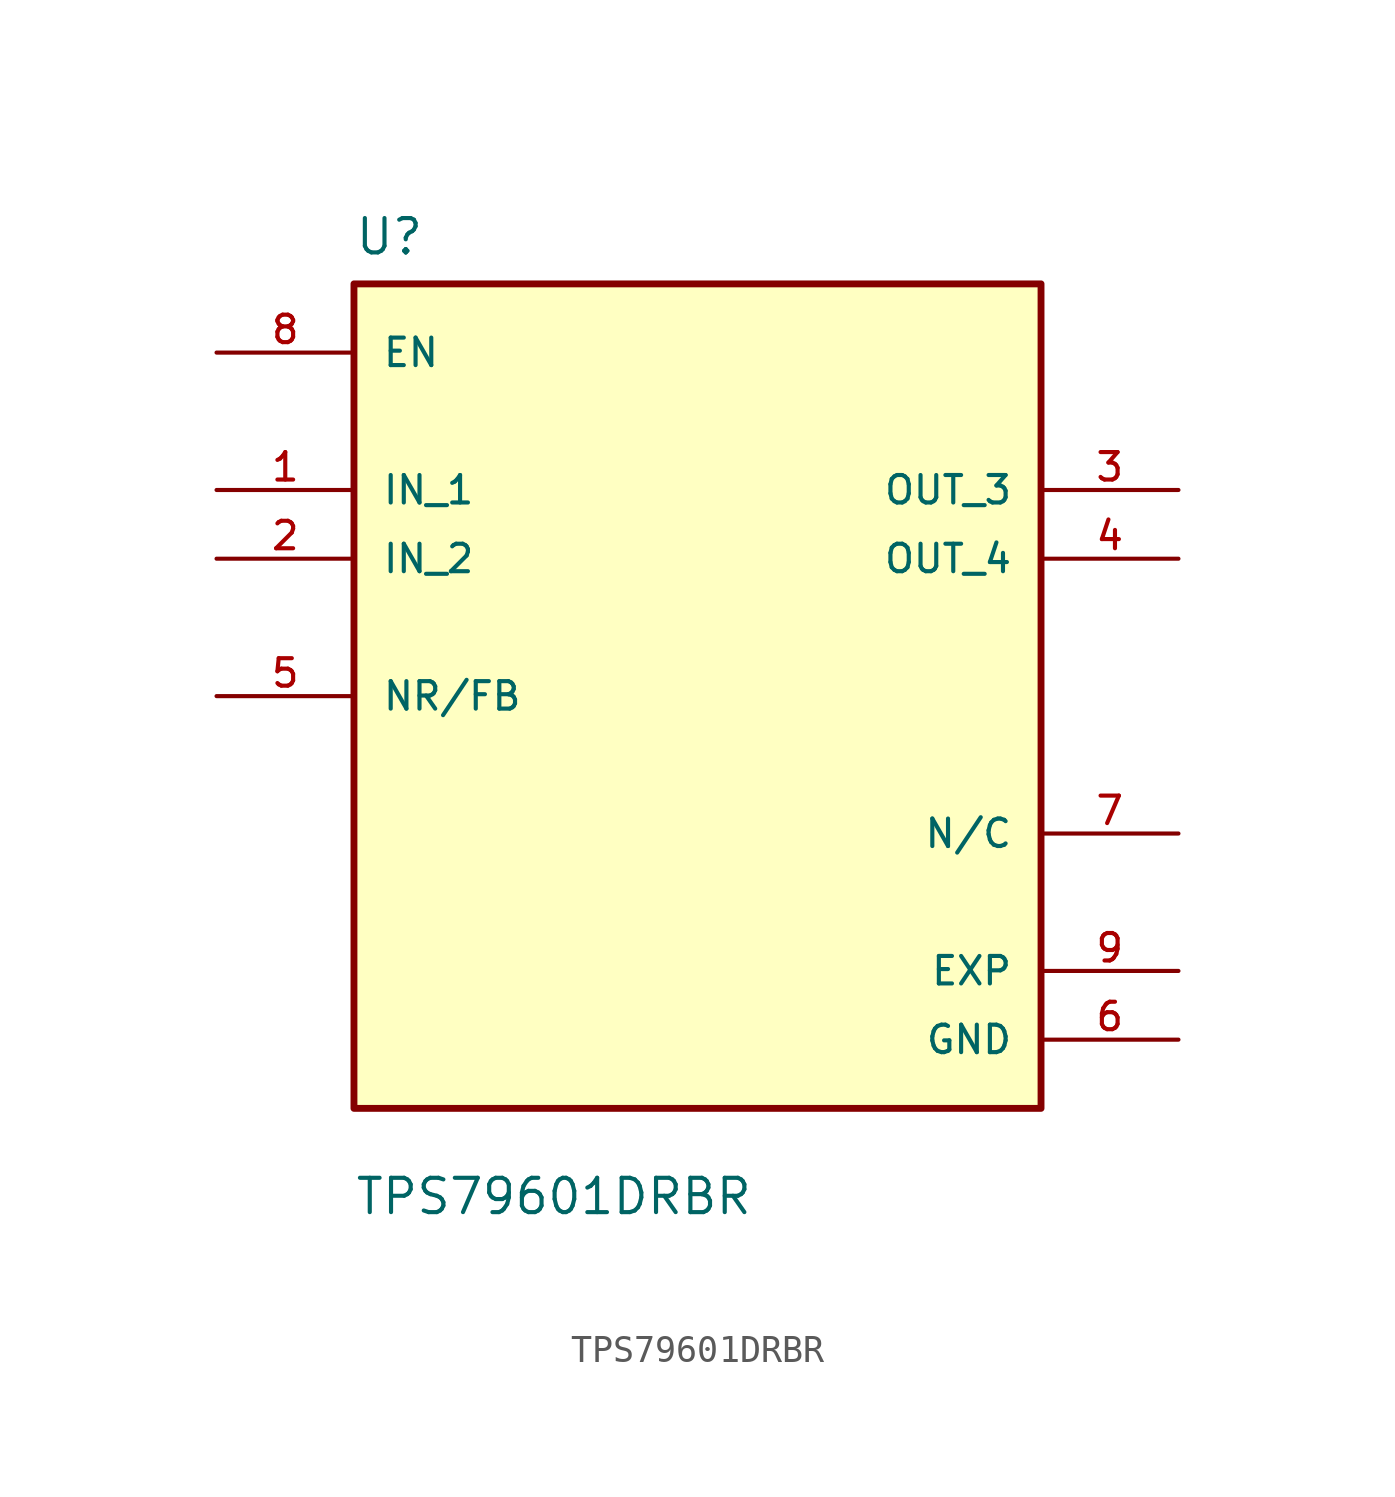
<source format=kicad_sym>
(kicad_symbol_lib
  (version 20211014)
  (generator kicad_symbol_editor)
  (symbol "TPS79601DRBR"
    (pin_names
      (offset 1.016))
    (property "Reference" "U"
      (at -12.7 16.24 0.0)
      (effects (font (size 1.27 1.27)) (justify bottom left)))
    (property "Value" "TPS79601DRBR"
      (at -12.7 -19.24 0.0)
      (effects (font (size 1.27 1.27)) (justify bottom left)))
    (symbol "TPS79601DRBR_0_0"
      (rectangle (start -12.7 -15.24) (end 12.7 15.24) (stroke (width 0.254)) (fill (type background)))
      (pin input line (at -17.78 7.62 0) (length 5.08) (name "IN_1" (effects (font (size 1.016 1.016)))) (number "1" (effects (font (size 1.016 1.016)))))
      (pin input line (at -17.78 5.08 0) (length 5.08) (name "IN_2" (effects (font (size 1.016 1.016)))) (number "2" (effects (font (size 1.016 1.016)))))
      (pin input line (at -17.78 0.0 0) (length 5.08) (name "NR/FB" (effects (font (size 1.016 1.016)))) (number "5" (effects (font (size 1.016 1.016)))))
      (pin output line (at 17.78 7.62 180.0) (length 5.08) (name "OUT_3" (effects (font (size 1.016 1.016)))) (number "3" (effects (font (size 1.016 1.016)))))
      (pin power_in line (at 17.78 -12.7 180.0) (length 5.08) (name "GND" (effects (font (size 1.016 1.016)))) (number "6" (effects (font (size 1.016 1.016)))))
      (pin power_in line (at 17.78 -10.16 180.0) (length 5.08) (name "EXP" (effects (font (size 1.016 1.016)))) (number "9" (effects (font (size 1.016 1.016)))))
      (pin output line (at 17.78 5.08 180.0) (length 5.08) (name "OUT_4" (effects (font (size 1.016 1.016)))) (number "4" (effects (font (size 1.016 1.016)))))
      (pin input line (at -17.78 12.7 0) (length 5.08) (name "EN" (effects (font (size 1.016 1.016)))) (number "8" (effects (font (size 1.016 1.016)))))
      (pin passive line (at 17.78 -5.08 180.0) (length 5.08) (name "N/C" (effects (font (size 1.016 1.016)))) (number "7" (effects (font (size 1.016 1.016))))))))
</source>
